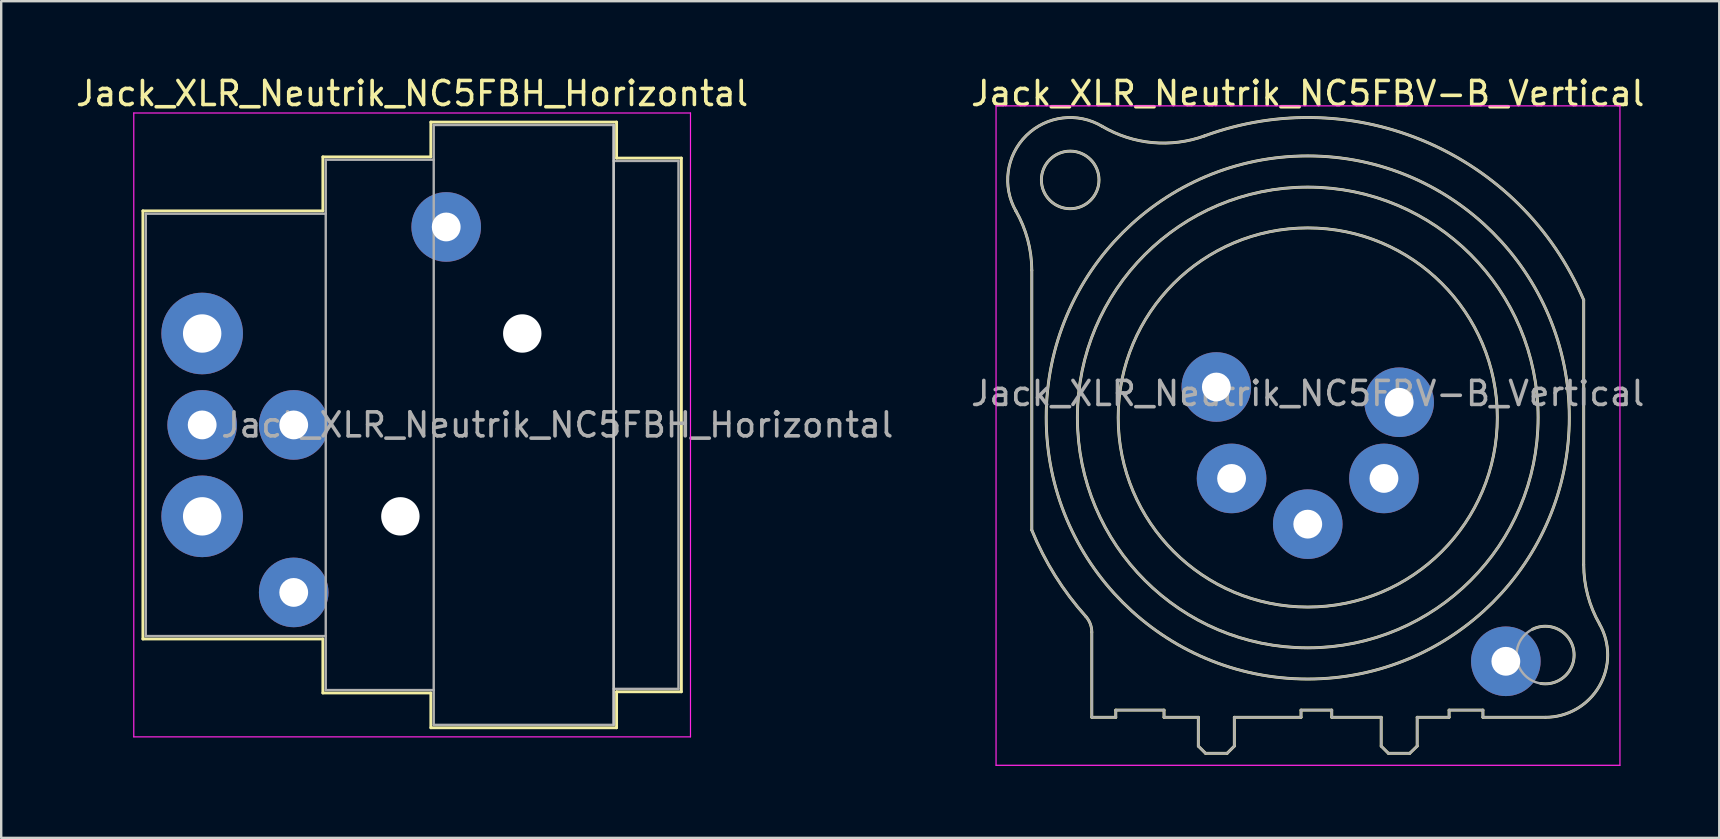
<source format=kicad_pcb>
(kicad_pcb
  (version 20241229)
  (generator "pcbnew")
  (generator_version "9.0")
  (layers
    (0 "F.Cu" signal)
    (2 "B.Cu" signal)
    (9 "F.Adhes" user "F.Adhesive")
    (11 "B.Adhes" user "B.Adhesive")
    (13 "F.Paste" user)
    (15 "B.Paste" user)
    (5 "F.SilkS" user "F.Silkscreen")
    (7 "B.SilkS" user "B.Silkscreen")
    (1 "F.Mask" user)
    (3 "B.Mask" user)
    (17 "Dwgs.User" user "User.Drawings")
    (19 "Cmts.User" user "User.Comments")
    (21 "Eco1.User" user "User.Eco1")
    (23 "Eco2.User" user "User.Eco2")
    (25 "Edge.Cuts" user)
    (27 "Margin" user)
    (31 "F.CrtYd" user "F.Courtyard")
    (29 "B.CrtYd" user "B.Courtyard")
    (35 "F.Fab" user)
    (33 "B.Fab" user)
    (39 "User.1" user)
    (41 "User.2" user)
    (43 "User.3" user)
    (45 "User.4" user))
  (footprint "Jack_XLR_Neutrik_NC5FBH_Horizontal"
    (layer "F.Cu")
    (at 5.375 10.848)
    (property "Reference" "Jack_XLR_Neutrik_NC5FBH_Horizontal" (at 8.75 -10 0) (layer "F.SilkS") (effects (font (size 1 1) (thickness 0.15))))
    (attr through_hole)
    (fp_line (start -2.47 -5.11) (end -2.47 12.73) (stroke (width 0.12) (type solid)) (layer "F.SilkS"))
    (fp_line (start 5.03 -5.11) (end -2.47 -5.11) (stroke (width 0.12) (type solid)) (layer "F.SilkS"))
    (fp_line (start 5.03 -5.11) (end 5.03 -7.36) (stroke (width 0.12) (type solid)) (layer "F.SilkS"))
    (fp_line (start 5.03 12.73) (end -2.47 12.73) (stroke (width 0.12) (type solid)) (layer "F.SilkS"))
    (fp_line (start 5.03 12.73) (end 5.03 14.98) (stroke (width 0.12) (type solid)) (layer "F.SilkS"))
    (fp_line (start 9.53 -7.36) (end 5.03 -7.36) (stroke (width 0.12) (type solid)) (layer "F.SilkS"))
    (fp_line (start 9.53 -7.36) (end 9.53 -8.81) (stroke (width 0.12) (type solid)) (layer "F.SilkS"))
    (fp_line (start 9.53 14.98) (end 5.03 14.98) (stroke (width 0.12) (type solid)) (layer "F.SilkS"))
    (fp_line (start 9.53 16.43) (end 9.53 14.98) (stroke (width 0.12) (type solid)) (layer "F.SilkS"))
    (fp_line (start 17.27 -8.81) (end 9.53 -8.81) (stroke (width 0.12) (type solid)) (layer "F.SilkS"))
    (fp_line (start 17.27 -8.81) (end 17.27 -7.31) (stroke (width 0.12) (type solid)) (layer "F.SilkS"))
    (fp_line (start 17.27 -7.31) (end 19.97 -7.31) (stroke (width 0.12) (type solid)) (layer "F.SilkS"))
    (fp_line (start 17.27 14.93) (end 17.27 16.43) (stroke (width 0.12) (type solid)) (layer "F.SilkS"))
    (fp_line (start 17.27 14.93) (end 19.97 14.93) (stroke (width 0.12) (type solid)) (layer "F.SilkS"))
    (fp_line (start 17.27 16.43) (end 9.53 16.43) (stroke (width 0.12) (type solid)) (layer "F.SilkS"))
    (fp_line (start 19.97 -7.31) (end 19.97 14.93) (stroke (width 0.12) (type solid)) (layer "F.SilkS"))
    (fp_line (start 17.15 -8.69) (end 17.15 16.31) (stroke (width 0.1) (type solid)) (layer "Dwgs.User"))
    (fp_line (start -2.85 -9.19) (end -2.85 16.81) (stroke (width 0.05) (type solid)) (layer "F.CrtYd"))
    (fp_line (start 20.35 -9.19) (end -2.85 -9.19) (stroke (width 0.05) (type solid)) (layer "F.CrtYd"))
    (fp_line (start 20.35 -9.19) (end 20.35 16.81) (stroke (width 0.05) (type solid)) (layer "F.CrtYd"))
    (fp_line (start 20.35 16.81) (end -2.85 16.81) (stroke (width 0.05) (type solid)) (layer "F.CrtYd"))
    (fp_line (start -2.35 -4.99) (end -2.35 12.61) (stroke (width 0.1) (type solid)) (layer "F.Fab"))
    (fp_line (start 5.15 -4.99) (end -2.35 -4.99) (stroke (width 0.1) (type solid)) (layer "F.Fab"))
    (fp_line (start 5.15 12.61) (end -2.35 12.61) (stroke (width 0.1) (type solid)) (layer "F.Fab"))
    (fp_line (start 5.15 14.86) (end 5.15 -7.24) (stroke (width 0.1) (type solid)) (layer "F.Fab"))
    (fp_line (start 5.15 14.86) (end 9.65 14.86) (stroke (width 0.1) (type solid)) (layer "F.Fab"))
    (fp_line (start 9.65 -8.69) (end 17.15 -8.69) (stroke (width 0.1) (type solid)) (layer "F.Fab"))
    (fp_line (start 9.65 -7.24) (end 5.15 -7.24) (stroke (width 0.1) (type solid)) (layer "F.Fab"))
    (fp_line (start 9.65 16.31) (end 9.65 -8.69) (stroke (width 0.1) (type solid)) (layer "F.Fab"))
    (fp_line (start 17.15 -8.69) (end 17.15 16.31) (stroke (width 0.1) (type solid)) (layer "F.Fab"))
    (fp_line (start 17.15 -7.19) (end 19.85 -7.19) (stroke (width 0.1) (type solid)) (layer "F.Fab"))
    (fp_line (start 17.15 16.31) (end 9.65 16.31) (stroke (width 0.1) (type solid)) (layer "F.Fab"))
    (fp_line (start 19.85 -7.19) (end 19.85 14.81) (stroke (width 0.1) (type solid)) (layer "F.Fab"))
    (fp_line (start 19.85 14.81) (end 17.15 14.81) (stroke (width 0.1) (type solid)) (layer "F.Fab"))
    (fp_text user "${REFERENCE}" (at 14.8 3.81 0) (layer "F.Fab") (effects (font (size 1 1) (thickness 0.15))))
    (pad "" np_thru_hole circle (at 8.26 7.62) (size 1.6 1.6) (drill 1.6) (layers "*.Cu" "*.Mask"))
    (pad "" np_thru_hole circle (at 13.34 0) (size 1.6 1.6) (drill 1.6) (layers "*.Cu" "*.Mask"))
    (pad "1" thru_hole circle (at 0 0) (size 3.4 3.4) (drill 1.6) (layers "*.Cu" "*.Mask"))
    (pad "2" thru_hole circle (at 3.815 3.81) (size 2.9 2.9) (drill 1.2) (layers "*.Cu" "*.Mask"))
    (pad "3" thru_hole circle (at 0 3.81) (size 2.9 2.9) (drill 1.2) (layers "*.Cu" "*.Mask"))
    (pad "4" thru_hole circle (at 3.815 10.79) (size 2.9 2.9) (drill 1.2) (layers "*.Cu" "*.Mask"))
    (pad "5" thru_hole circle (at 0 7.62) (size 3.4 3.4) (drill 1.6) (layers "*.Cu" "*.Mask"))
    (pad "G" thru_hole circle (at 10.17 -4.44) (size 2.9 2.9) (drill 1.2) (layers "*.Cu" "*.Mask")))
  (footprint "Jack_XLR_Neutrik_NC5FBV-B_Vertical"
    (layer "F.Cu")
    (at 55.259 13.713)
    (property "Reference" "Jack_XLR_Neutrik_NC5FBV-B_Vertical" (at -3.81 -12.865 0) (layer "F.SilkS") (effects (font (size 1 1) (thickness 0.15))))
    (attr through_hole)
    (fp_line (start -15.31 -5.5) (end -15.31 5.33) (stroke (width 0.12) (type solid)) (layer "F.SilkS"))
    (fp_line (start -12.81 9.58) (end -12.81 13.13) (stroke (width 0.12) (type solid)) (layer "F.SilkS"))
    (fp_line (start -11.81 12.83) (end -11.81 13.13) (stroke (width 0.12) (type solid)) (layer "F.SilkS"))
    (fp_line (start -11.81 12.83) (end -9.8 12.83) (stroke (width 0.12) (type solid)) (layer "F.SilkS"))
    (fp_line (start -11.81 13.13) (end -12.81 13.13) (stroke (width 0.12) (type solid)) (layer "F.SilkS"))
    (fp_line (start -9.8 12.83) (end -9.8 13.13) (stroke (width 0.12) (type solid)) (layer "F.SilkS"))
    (fp_line (start -8.37 13.13) (end -9.8 13.13) (stroke (width 0.12) (type solid)) (layer "F.SilkS"))
    (fp_line (start -8.37 13.13) (end -8.37 14.33) (stroke (width 0.12) (type solid)) (layer "F.SilkS"))
    (fp_line (start -8.37 14.33) (end -8.07 14.63) (stroke (width 0.12) (type solid)) (layer "F.SilkS"))
    (fp_line (start -8.07 14.63) (end -7.17 14.63) (stroke (width 0.12) (type solid)) (layer "F.SilkS"))
    (fp_line (start -6.87 13.13) (end -6.87 14.33) (stroke (width 0.12) (type solid)) (layer "F.SilkS"))
    (fp_line (start -6.87 14.33) (end -7.17 14.63) (stroke (width 0.12) (type solid)) (layer "F.SilkS"))
    (fp_line (start -4.09 12.83) (end -4.09 13.13) (stroke (width 0.12) (type solid)) (layer "F.SilkS"))
    (fp_line (start -4.09 12.83) (end -2.81 12.83) (stroke (width 0.12) (type solid)) (layer "F.SilkS"))
    (fp_line (start -4.09 13.13) (end -6.87 13.13) (stroke (width 0.12) (type solid)) (layer "F.SilkS"))
    (fp_line (start -2.81 12.83) (end -2.81 13.13) (stroke (width 0.12) (type solid)) (layer "F.SilkS"))
    (fp_line (start -0.75 13.13) (end -2.81 13.13) (stroke (width 0.12) (type solid)) (layer "F.SilkS"))
    (fp_line (start -0.75 13.13) (end -0.75 14.33) (stroke (width 0.12) (type solid)) (layer "F.SilkS"))
    (fp_line (start -0.75 14.33) (end -0.45 14.63) (stroke (width 0.12) (type solid)) (layer "F.SilkS"))
    (fp_line (start -0.45 14.63) (end 0.44 14.63) (stroke (width 0.12) (type solid)) (layer "F.SilkS"))
    (fp_line (start 0.75 13.13) (end 0.75 14.33) (stroke (width 0.12) (type solid)) (layer "F.SilkS"))
    (fp_line (start 0.75 14.33) (end 0.44 14.63) (stroke (width 0.12) (type solid)) (layer "F.SilkS"))
    (fp_line (start 2.08 12.83) (end 2.08 13.13) (stroke (width 0.12) (type solid)) (layer "F.SilkS"))
    (fp_line (start 2.08 12.83) (end 3.49 12.83) (stroke (width 0.12) (type solid)) (layer "F.SilkS"))
    (fp_line (start 2.08 13.13) (end 0.75 13.13) (stroke (width 0.12) (type solid)) (layer "F.SilkS"))
    (fp_line (start 3.49 12.83) (end 3.49 13.13) (stroke (width 0.12) (type solid)) (layer "F.SilkS"))
    (fp_line (start 6.09 13.13) (end 3.49 13.13) (stroke (width 0.12) (type solid)) (layer "F.SilkS"))
    (fp_line (start 7.69 6.77) (end 7.69 -4.26) (stroke (width 0.12) (type solid)) (layer "F.SilkS"))
    (fp_arc (start -15.978065 -7.979621) (mid -15.482459 -6.783342) (end -15.31 -5.5) (stroke (width 0.12) (type solid)) (layer "F.SilkS"))
    (fp_arc (start -15.970602 -7.965327) (mid -15.537562 -11.11648) (end -12.38 -11.5) (stroke (width 0.12) (type solid)) (layer "F.SilkS"))
    (fp_arc (start -13.064011 8.921714) (mid -12.875705 9.227203) (end -12.81 9.58) (stroke (width 0.12) (type solid)) (layer "F.SilkS"))
    (fp_arc (start -13.054249 8.9318) (mid -14.337308 7.228089) (end -15.31 5.33) (stroke (width 0.12) (type solid)) (layer "F.SilkS"))
    (fp_arc (start -8.116912 -11.097925) (mid 1.152301 -10.83612) (end 7.69 -4.26) (stroke (width 0.12) (type solid)) (layer "F.SilkS"))
    (fp_arc (start -8.098974 -11.103419) (mid -10.283992 -10.821287) (end -12.38 -11.5) (stroke (width 0.12) (type solid)) (layer "F.SilkS"))
    (fp_arc (start 5.554673 9.460872) (mid 7.276356 10.353655) (end 5.9 11.72) (stroke (width 0.12) (type solid)) (layer "F.SilkS"))
    (fp_arc (start 8.348442 9.241807) (mid 8.338255 11.83589) (end 6.09 13.13) (stroke (width 0.12) (type solid)) (layer "F.SilkS"))
    (fp_arc (start 8.351797 9.24598) (mid 7.859562 8.051113) (end 7.69 6.77) (stroke (width 0.12) (type solid)) (layer "F.SilkS"))
    (fp_circle (center -13.71 -9.265) (end -12.51 -9.265) (stroke (width 0.12) (type solid)) (fill no) (layer "F.SilkS"))
    (fp_circle (center -3.81 0.635) (end 4.09 0.635) (stroke (width 0.12) (type solid)) (fill no) (layer "F.SilkS"))
    (fp_circle (center -3.81 0.635) (end 5.79 0.635) (stroke (width 0.12) (type solid)) (fill no) (layer "F.SilkS"))
    (fp_circle (center -3.81 0.635) (end 7.09 0.635) (stroke (width 0.12) (type solid)) (fill no) (layer "F.SilkS"))
    (fp_line (start -16.8 -12.35) (end 9.2 -12.35) (stroke (width 0.05) (type solid)) (layer "F.CrtYd"))
    (fp_line (start -16.8 15.13) (end -16.8 -12.35) (stroke (width 0.05) (type solid)) (layer "F.CrtYd"))
    (fp_line (start 9.2 -12.35) (end 9.2 15.13) (stroke (width 0.05) (type solid)) (layer "F.CrtYd"))
    (fp_line (start 9.2 15.13) (end -16.8 15.13) (stroke (width 0.05) (type solid)) (layer "F.CrtYd"))
    (fp_line (start -15.31 -5.5) (end -15.31 5.33) (stroke (width 0.1) (type solid)) (layer "F.Fab"))
    (fp_line (start -12.81 9.58) (end -12.81 13.13) (stroke (width 0.1) (type solid)) (layer "F.Fab"))
    (fp_line (start -11.81 12.83) (end -11.81 13.13) (stroke (width 0.1) (type solid)) (layer "F.Fab"))
    (fp_line (start -11.81 12.83) (end -9.8 12.83) (stroke (width 0.1) (type solid)) (layer "F.Fab"))
    (fp_line (start -11.81 13.13) (end -12.81 13.13) (stroke (width 0.1) (type solid)) (layer "F.Fab"))
    (fp_line (start -9.8 12.83) (end -9.8 13.13) (stroke (width 0.1) (type solid)) (layer "F.Fab"))
    (fp_line (start -8.37 13.13) (end -9.8 13.13) (stroke (width 0.1) (type solid)) (layer "F.Fab"))
    (fp_line (start -8.37 13.13) (end -8.37 14.33) (stroke (width 0.1) (type solid)) (layer "F.Fab"))
    (fp_line (start -8.37 14.33) (end -8.07 14.63) (stroke (width 0.1) (type solid)) (layer "F.Fab"))
    (fp_line (start -8.07 14.63) (end -7.17 14.63) (stroke (width 0.1) (type solid)) (layer "F.Fab"))
    (fp_line (start -6.87 13.13) (end -6.87 14.33) (stroke (width 0.1) (type solid)) (layer "F.Fab"))
    (fp_line (start -6.87 14.33) (end -7.17 14.63) (stroke (width 0.1) (type solid)) (layer "F.Fab"))
    (fp_line (start -4.09 12.83) (end -4.09 13.13) (stroke (width 0.1) (type solid)) (layer "F.Fab"))
    (fp_line (start -4.09 12.83) (end -2.81 12.83) (stroke (width 0.1) (type solid)) (layer "F.Fab"))
    (fp_line (start -4.09 13.13) (end -6.87 13.13) (stroke (width 0.1) (type solid)) (layer "F.Fab"))
    (fp_line (start -2.81 12.83) (end -2.81 13.13) (stroke (width 0.1) (type solid)) (layer "F.Fab"))
    (fp_line (start -0.75 13.13) (end -2.81 13.13) (stroke (width 0.1) (type solid)) (layer "F.Fab"))
    (fp_line (start -0.75 13.13) (end -0.75 14.33) (stroke (width 0.1) (type solid)) (layer "F.Fab"))
    (fp_line (start -0.75 14.33) (end -0.45 14.63) (stroke (width 0.1) (type solid)) (layer "F.Fab"))
    (fp_line (start -0.45 14.63) (end 0.44 14.63) (stroke (width 0.1) (type solid)) (layer "F.Fab"))
    (fp_line (start 0.75 13.13) (end 0.75 14.33) (stroke (width 0.1) (type solid)) (layer "F.Fab"))
    (fp_line (start 0.75 14.33) (end 0.44 14.63) (stroke (width 0.1) (type solid)) (layer "F.Fab"))
    (fp_line (start 2.08 12.83) (end 2.08 13.13) (stroke (width 0.1) (type solid)) (layer "F.Fab"))
    (fp_line (start 2.08 12.83) (end 3.49 12.83) (stroke (width 0.1) (type solid)) (layer "F.Fab"))
    (fp_line (start 2.08 13.13) (end 0.75 13.13) (stroke (width 0.1) (type solid)) (layer "F.Fab"))
    (fp_line (start 3.49 12.83) (end 3.49 13.13) (stroke (width 0.1) (type solid)) (layer "F.Fab"))
    (fp_line (start 6.09 13.13) (end 3.49 13.13) (stroke (width 0.1) (type solid)) (layer "F.Fab"))
    (fp_line (start 7.69 6.77) (end 7.69 -4.26) (stroke (width 0.1) (type solid)) (layer "F.Fab"))
    (fp_arc (start -15.978065 -7.979621) (mid -15.482459 -6.783342) (end -15.31 -5.5) (stroke (width 0.1) (type solid)) (layer "F.Fab"))
    (fp_arc (start -15.970602 -7.965327) (mid -15.537562 -11.11648) (end -12.38 -11.5) (stroke (width 0.1) (type solid)) (layer "F.Fab"))
    (fp_arc (start -13.064011 8.921714) (mid -12.875705 9.227203) (end -12.81 9.58) (stroke (width 0.1) (type solid)) (layer "F.Fab"))
    (fp_arc (start -13.054249 8.9318) (mid -14.337308 7.228089) (end -15.31 5.33) (stroke (width 0.1) (type solid)) (layer "F.Fab"))
    (fp_arc (start -8.116912 -11.097925) (mid 1.152301 -10.83612) (end 7.69 -4.26) (stroke (width 0.1) (type solid)) (layer "F.Fab"))
    (fp_arc (start -8.098974 -11.103419) (mid -10.283992 -10.821287) (end -12.38 -11.5) (stroke (width 0.1) (type solid)) (layer "F.Fab"))
    (fp_arc (start 8.348442 9.241807) (mid 8.338255 11.83589) (end 6.09 13.13) (stroke (width 0.1) (type solid)) (layer "F.Fab"))
    (fp_arc (start 8.351797 9.24598) (mid 7.859562 8.051113) (end 7.69 6.77) (stroke (width 0.1) (type solid)) (layer "F.Fab"))
    (fp_circle (center -13.71 -9.265) (end -12.51 -9.265) (stroke (width 0.1) (type solid)) (fill no) (layer "F.Fab"))
    (fp_circle (center -3.81 0.635) (end 4.09 0.635) (stroke (width 0.1) (type solid)) (fill no) (layer "F.Fab"))
    (fp_circle (center -3.81 0.635) (end 5.79 0.635) (stroke (width 0.1) (type solid)) (fill no) (layer "F.Fab"))
    (fp_circle (center -3.81 0.635) (end 7.09 0.635) (stroke (width 0.1) (type solid)) (fill no) (layer "F.Fab"))
    (fp_circle (center 6.09 10.535) (end 7.29 10.535) (stroke (width 0.1) (type solid)) (fill no) (layer "F.Fab"))
    (fp_text user "${REFERENCE}" (at -3.81 -0.365 0) (layer "F.Fab") (effects (font (size 1 1) (thickness 0.15))))
    (pad "1" thru_hole circle (at 0 0) (size 2.9 2.9) (drill 1.2) (layers "*.Cu" "*.Mask"))
    (pad "2" thru_hole circle (at -0.635 3.175) (size 2.9 2.9) (drill 1.2) (layers "*.Cu" "*.Mask"))
    (pad "3" thru_hole circle (at -3.81 5.08) (size 2.9 2.9) (drill 1.2) (layers "*.Cu" "*.Mask"))
    (pad "4" thru_hole circle (at -6.985 3.175) (size 2.9 2.9) (drill 1.2) (layers "*.Cu" "*.Mask"))
    (pad "5" thru_hole circle (at -7.62 -0.635) (size 2.9 2.9) (drill 1.2) (layers "*.Cu" "*.Mask"))
    (pad "G" thru_hole circle (at 4.445 10.795) (size 2.9 2.9) (drill 1.2) (layers "*.Cu" "*.Mask")))
  (gr_rect
    (start -3 -3)
    (end 68.598 31.868)
    (stroke (width 0.1) (type default))
    (fill no)
    (layer "Edge.Cuts")))
</source>
